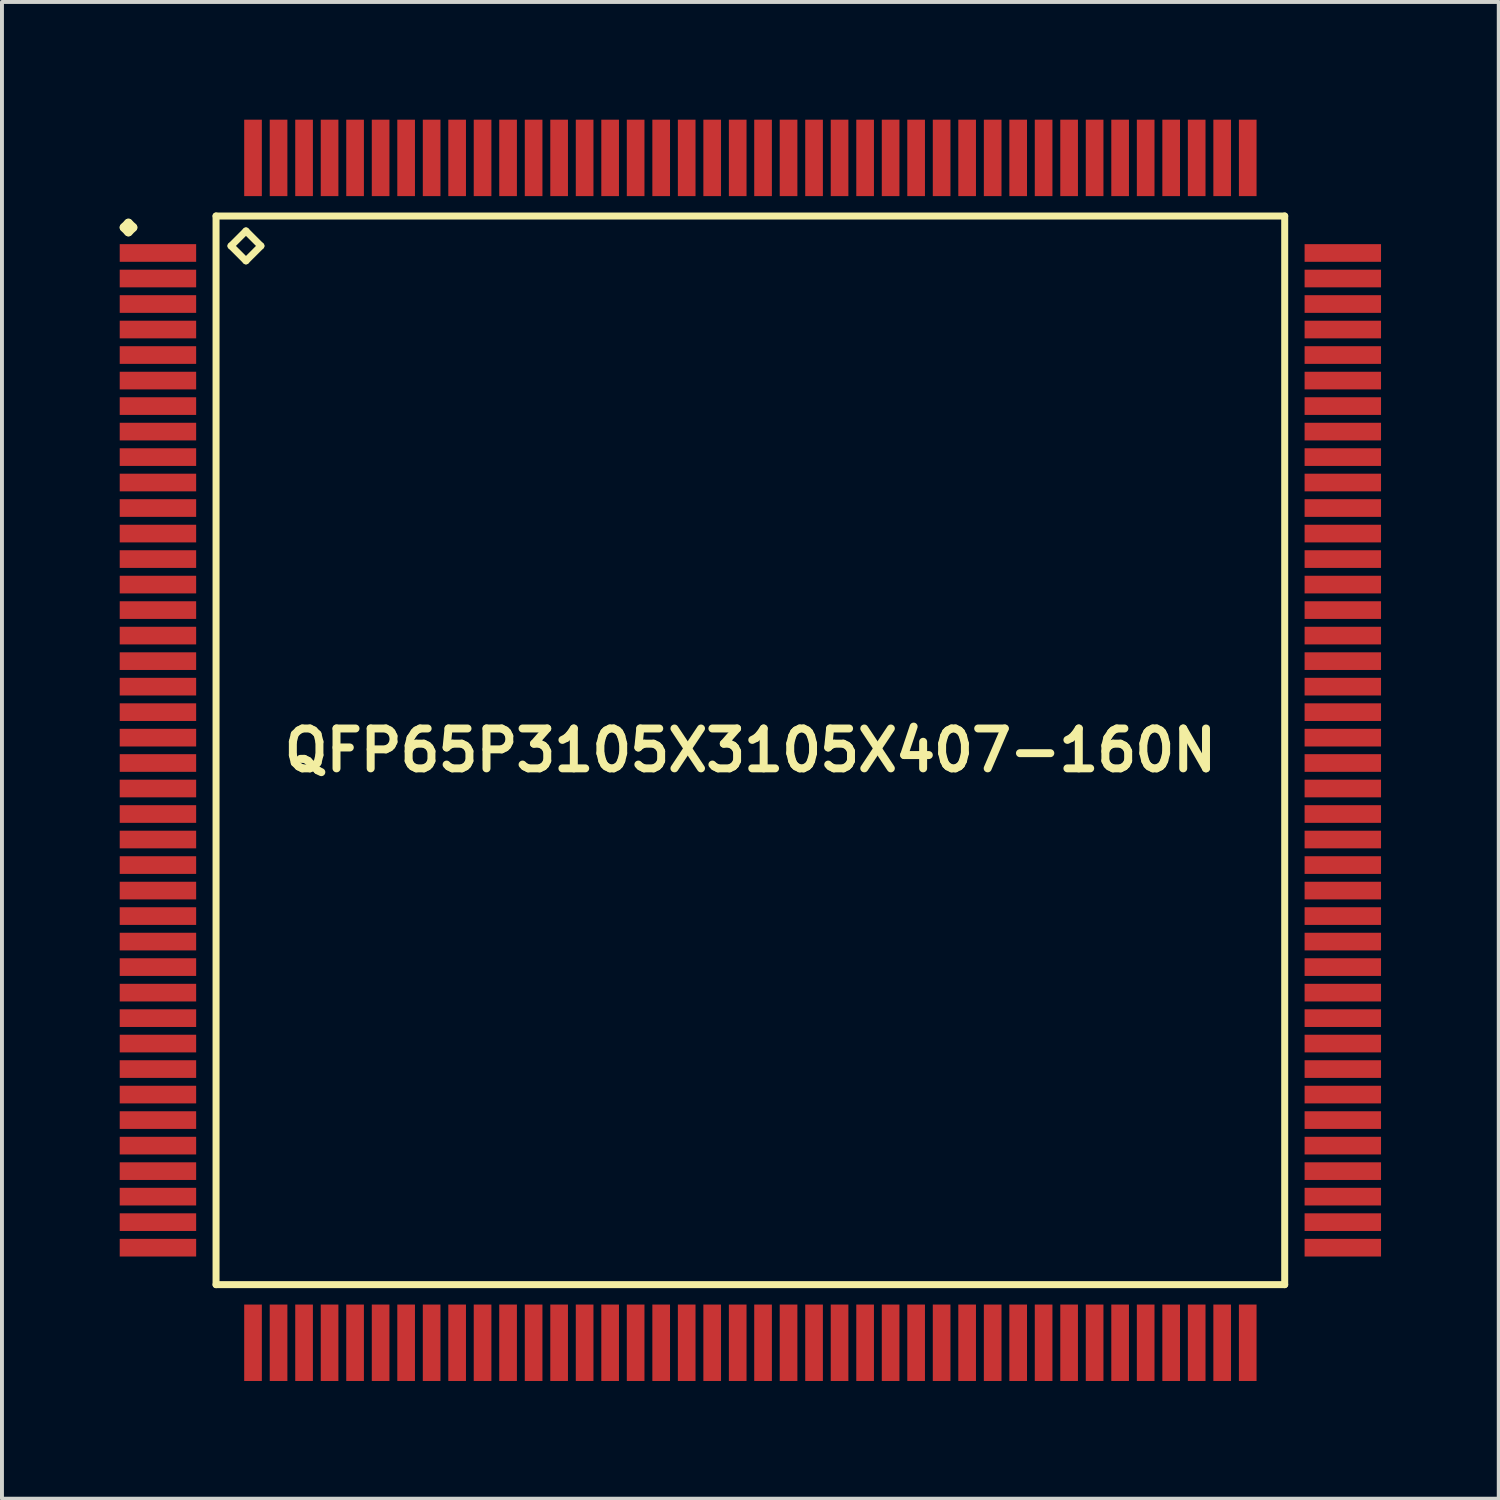
<source format=kicad_pcb>
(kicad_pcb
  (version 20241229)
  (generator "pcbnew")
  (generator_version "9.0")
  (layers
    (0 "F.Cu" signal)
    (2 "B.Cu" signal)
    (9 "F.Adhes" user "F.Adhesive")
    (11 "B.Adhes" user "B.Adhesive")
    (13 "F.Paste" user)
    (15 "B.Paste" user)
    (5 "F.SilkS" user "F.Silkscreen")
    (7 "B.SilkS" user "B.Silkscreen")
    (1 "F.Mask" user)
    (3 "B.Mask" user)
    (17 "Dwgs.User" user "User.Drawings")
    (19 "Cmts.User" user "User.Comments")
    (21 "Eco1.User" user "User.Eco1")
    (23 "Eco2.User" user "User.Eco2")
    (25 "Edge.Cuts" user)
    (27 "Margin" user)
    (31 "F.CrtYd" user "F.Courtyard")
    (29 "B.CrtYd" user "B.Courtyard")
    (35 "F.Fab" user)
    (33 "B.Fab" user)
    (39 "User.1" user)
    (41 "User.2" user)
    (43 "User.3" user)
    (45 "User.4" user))
  (footprint "QFP65P3105X3105X407-160N"
    (layer "F.Cu")
    (at 16.073 16.072)
    (property "Reference" "QFP65P3105X3105X407-160N" (at 0 0 0) (layer "F.SilkS") (effects (font (size 1.016 1.016) (thickness 0.203))))
    (attr smd)
    (fp_line (start -15.961 -13.325) (end -15.85 -13.437) (stroke (width 0.224) (type solid)) (layer "F.SilkS"))
    (fp_line (start -15.85 -13.437) (end -15.735 -13.325) (stroke (width 0.224) (type solid)) (layer "F.SilkS"))
    (fp_line (start -15.85 -13.211) (end -15.961 -13.325) (stroke (width 0.224) (type solid)) (layer "F.SilkS"))
    (fp_line (start -15.735 -13.325) (end -15.85 -13.211) (stroke (width 0.224) (type solid)) (layer "F.SilkS"))
    (fp_line (start -13.617 -13.617) (end -13.617 13.617) (stroke (width 0.178) (type solid)) (layer "F.SilkS"))
    (fp_line (start -13.617 13.617) (end 13.617 13.617) (stroke (width 0.178) (type solid)) (layer "F.SilkS"))
    (fp_line (start -13.236 -12.855) (end -12.855 -13.236) (stroke (width 0.178) (type solid)) (layer "F.SilkS"))
    (fp_line (start -12.855 -13.236) (end -12.474 -12.855) (stroke (width 0.178) (type solid)) (layer "F.SilkS"))
    (fp_line (start -12.855 -12.474) (end -13.236 -12.855) (stroke (width 0.178) (type solid)) (layer "F.SilkS"))
    (fp_line (start -12.474 -12.855) (end -12.855 -12.474) (stroke (width 0.178) (type solid)) (layer "F.SilkS"))
    (fp_line (start 13.617 -13.617) (end -13.617 -13.617) (stroke (width 0.178) (type solid)) (layer "F.SilkS"))
    (fp_line (start 13.617 13.617) (end 13.617 -13.617) (stroke (width 0.178) (type solid)) (layer "F.SilkS"))
    (pad "1" smd rect (at -15.098 -12.675) (size 1.948 0.45) (layers "F.Cu" "F.Mask" "F.Paste"))
    (pad "2" smd rect (at -15.098 -12.024) (size 1.948 0.45) (layers "F.Cu" "F.Mask" "F.Paste"))
    (pad "3" smd rect (at -15.098 -11.374) (size 1.948 0.45) (layers "F.Cu" "F.Mask" "F.Paste"))
    (pad "4" smd rect (at -15.098 -10.724) (size 1.948 0.45) (layers "F.Cu" "F.Mask" "F.Paste"))
    (pad "5" smd rect (at -15.098 -10.074) (size 1.948 0.45) (layers "F.Cu" "F.Mask" "F.Paste"))
    (pad "6" smd rect (at -15.098 -9.423) (size 1.948 0.45) (layers "F.Cu" "F.Mask" "F.Paste"))
    (pad "7" smd rect (at -15.098 -8.773) (size 1.948 0.45) (layers "F.Cu" "F.Mask" "F.Paste"))
    (pad "8" smd rect (at -15.098 -8.123) (size 1.948 0.45) (layers "F.Cu" "F.Mask" "F.Paste"))
    (pad "9" smd rect (at -15.098 -7.473) (size 1.948 0.45) (layers "F.Cu" "F.Mask" "F.Paste"))
    (pad "10" smd rect (at -15.098 -6.825) (size 1.948 0.45) (layers "F.Cu" "F.Mask" "F.Paste"))
    (pad "11" smd rect (at -15.098 -6.175) (size 1.948 0.45) (layers "F.Cu" "F.Mask" "F.Paste"))
    (pad "12" smd rect (at -15.098 -5.524) (size 1.948 0.45) (layers "F.Cu" "F.Mask" "F.Paste"))
    (pad "13" smd rect (at -15.098 -4.874) (size 1.948 0.45) (layers "F.Cu" "F.Mask" "F.Paste"))
    (pad "14" smd rect (at -15.098 -4.224) (size 1.948 0.45) (layers "F.Cu" "F.Mask" "F.Paste"))
    (pad "15" smd rect (at -15.098 -3.574) (size 1.948 0.45) (layers "F.Cu" "F.Mask" "F.Paste"))
    (pad "16" smd rect (at -15.098 -2.924) (size 1.948 0.45) (layers "F.Cu" "F.Mask" "F.Paste"))
    (pad "17" smd rect (at -15.098 -2.273) (size 1.948 0.45) (layers "F.Cu" "F.Mask" "F.Paste"))
    (pad "18" smd rect (at -15.098 -1.623) (size 1.948 0.45) (layers "F.Cu" "F.Mask" "F.Paste"))
    (pad "19" smd rect (at -15.098 -0.973) (size 1.948 0.45) (layers "F.Cu" "F.Mask" "F.Paste"))
    (pad "20" smd rect (at -15.098 -0.323) (size 1.948 0.45) (layers "F.Cu" "F.Mask" "F.Paste"))
    (pad "21" smd rect (at -15.098 0.323) (size 1.948 0.45) (layers "F.Cu" "F.Mask" "F.Paste"))
    (pad "22" smd rect (at -15.098 0.973) (size 1.948 0.45) (layers "F.Cu" "F.Mask" "F.Paste"))
    (pad "23" smd rect (at -15.098 1.623) (size 1.948 0.45) (layers "F.Cu" "F.Mask" "F.Paste"))
    (pad "24" smd rect (at -15.098 2.273) (size 1.948 0.45) (layers "F.Cu" "F.Mask" "F.Paste"))
    (pad "25" smd rect (at -15.098 2.924) (size 1.948 0.45) (layers "F.Cu" "F.Mask" "F.Paste"))
    (pad "26" smd rect (at -15.098 3.574) (size 1.948 0.45) (layers "F.Cu" "F.Mask" "F.Paste"))
    (pad "27" smd rect (at -15.098 4.224) (size 1.948 0.45) (layers "F.Cu" "F.Mask" "F.Paste"))
    (pad "28" smd rect (at -15.098 4.874) (size 1.948 0.45) (layers "F.Cu" "F.Mask" "F.Paste"))
    (pad "29" smd rect (at -15.098 5.524) (size 1.948 0.45) (layers "F.Cu" "F.Mask" "F.Paste"))
    (pad "30" smd rect (at -15.098 6.175) (size 1.948 0.45) (layers "F.Cu" "F.Mask" "F.Paste"))
    (pad "31" smd rect (at -15.098 6.825) (size 1.948 0.45) (layers "F.Cu" "F.Mask" "F.Paste"))
    (pad "32" smd rect (at -15.098 7.473) (size 1.948 0.45) (layers "F.Cu" "F.Mask" "F.Paste"))
    (pad "33" smd rect (at -15.098 8.123) (size 1.948 0.45) (layers "F.Cu" "F.Mask" "F.Paste"))
    (pad "34" smd rect (at -15.098 8.773) (size 1.948 0.45) (layers "F.Cu" "F.Mask" "F.Paste"))
    (pad "35" smd rect (at -15.098 9.423) (size 1.948 0.45) (layers "F.Cu" "F.Mask" "F.Paste"))
    (pad "36" smd rect (at -15.098 10.074) (size 1.948 0.45) (layers "F.Cu" "F.Mask" "F.Paste"))
    (pad "37" smd rect (at -15.098 10.724) (size 1.948 0.45) (layers "F.Cu" "F.Mask" "F.Paste"))
    (pad "38" smd rect (at -15.098 11.374) (size 1.948 0.45) (layers "F.Cu" "F.Mask" "F.Paste"))
    (pad "39" smd rect (at -15.098 12.024) (size 1.948 0.45) (layers "F.Cu" "F.Mask" "F.Paste"))
    (pad "40" smd rect (at -15.098 12.675) (size 1.948 0.45) (layers "F.Cu" "F.Mask" "F.Paste"))
    (pad "41" smd rect (at -12.675 15.098) (size 0.45 1.948) (layers "F.Cu" "F.Mask" "F.Paste"))
    (pad "42" smd rect (at -12.024 15.098) (size 0.45 1.948) (layers "F.Cu" "F.Mask" "F.Paste"))
    (pad "43" smd rect (at -11.374 15.098) (size 0.45 1.948) (layers "F.Cu" "F.Mask" "F.Paste"))
    (pad "44" smd rect (at -10.724 15.098) (size 0.45 1.948) (layers "F.Cu" "F.Mask" "F.Paste"))
    (pad "45" smd rect (at -10.074 15.098) (size 0.45 1.948) (layers "F.Cu" "F.Mask" "F.Paste"))
    (pad "46" smd rect (at -9.423 15.098) (size 0.45 1.948) (layers "F.Cu" "F.Mask" "F.Paste"))
    (pad "47" smd rect (at -8.773 15.098) (size 0.45 1.948) (layers "F.Cu" "F.Mask" "F.Paste"))
    (pad "48" smd rect (at -8.123 15.098) (size 0.45 1.948) (layers "F.Cu" "F.Mask" "F.Paste"))
    (pad "49" smd rect (at -7.473 15.098) (size 0.45 1.948) (layers "F.Cu" "F.Mask" "F.Paste"))
    (pad "50" smd rect (at -6.825 15.098) (size 0.45 1.948) (layers "F.Cu" "F.Mask" "F.Paste"))
    (pad "51" smd rect (at -6.175 15.098) (size 0.45 1.948) (layers "F.Cu" "F.Mask" "F.Paste"))
    (pad "52" smd rect (at -5.524 15.098) (size 0.45 1.948) (layers "F.Cu" "F.Mask" "F.Paste"))
    (pad "53" smd rect (at -4.874 15.098) (size 0.45 1.948) (layers "F.Cu" "F.Mask" "F.Paste"))
    (pad "54" smd rect (at -4.224 15.098) (size 0.45 1.948) (layers "F.Cu" "F.Mask" "F.Paste"))
    (pad "55" smd rect (at -3.574 15.098) (size 0.45 1.948) (layers "F.Cu" "F.Mask" "F.Paste"))
    (pad "56" smd rect (at -2.924 15.098) (size 0.45 1.948) (layers "F.Cu" "F.Mask" "F.Paste"))
    (pad "57" smd rect (at -2.273 15.098) (size 0.45 1.948) (layers "F.Cu" "F.Mask" "F.Paste"))
    (pad "58" smd rect (at -1.623 15.098) (size 0.45 1.948) (layers "F.Cu" "F.Mask" "F.Paste"))
    (pad "59" smd rect (at -0.973 15.098) (size 0.45 1.948) (layers "F.Cu" "F.Mask" "F.Paste"))
    (pad "60" smd rect (at -0.323 15.098) (size 0.45 1.948) (layers "F.Cu" "F.Mask" "F.Paste"))
    (pad "61" smd rect (at 0.323 15.098) (size 0.45 1.948) (layers "F.Cu" "F.Mask" "F.Paste"))
    (pad "62" smd rect (at 0.973 15.098) (size 0.45 1.948) (layers "F.Cu" "F.Mask" "F.Paste"))
    (pad "63" smd rect (at 1.623 15.098) (size 0.45 1.948) (layers "F.Cu" "F.Mask" "F.Paste"))
    (pad "64" smd rect (at 2.273 15.098) (size 0.45 1.948) (layers "F.Cu" "F.Mask" "F.Paste"))
    (pad "65" smd rect (at 2.924 15.098) (size 0.45 1.948) (layers "F.Cu" "F.Mask" "F.Paste"))
    (pad "66" smd rect (at 3.574 15.098) (size 0.45 1.948) (layers "F.Cu" "F.Mask" "F.Paste"))
    (pad "67" smd rect (at 4.224 15.098) (size 0.45 1.948) (layers "F.Cu" "F.Mask" "F.Paste"))
    (pad "68" smd rect (at 4.874 15.098) (size 0.45 1.948) (layers "F.Cu" "F.Mask" "F.Paste"))
    (pad "69" smd rect (at 5.524 15.098) (size 0.45 1.948) (layers "F.Cu" "F.Mask" "F.Paste"))
    (pad "70" smd rect (at 6.175 15.098) (size 0.45 1.948) (layers "F.Cu" "F.Mask" "F.Paste"))
    (pad "71" smd rect (at 6.825 15.098) (size 0.45 1.948) (layers "F.Cu" "F.Mask" "F.Paste"))
    (pad "72" smd rect (at 7.473 15.098) (size 0.45 1.948) (layers "F.Cu" "F.Mask" "F.Paste"))
    (pad "73" smd rect (at 8.123 15.098) (size 0.45 1.948) (layers "F.Cu" "F.Mask" "F.Paste"))
    (pad "74" smd rect (at 8.773 15.098) (size 0.45 1.948) (layers "F.Cu" "F.Mask" "F.Paste"))
    (pad "75" smd rect (at 9.423 15.098) (size 0.45 1.948) (layers "F.Cu" "F.Mask" "F.Paste"))
    (pad "76" smd rect (at 10.074 15.098) (size 0.45 1.948) (layers "F.Cu" "F.Mask" "F.Paste"))
    (pad "77" smd rect (at 10.724 15.098) (size 0.45 1.948) (layers "F.Cu" "F.Mask" "F.Paste"))
    (pad "78" smd rect (at 11.374 15.098) (size 0.45 1.948) (layers "F.Cu" "F.Mask" "F.Paste"))
    (pad "79" smd rect (at 12.024 15.098) (size 0.45 1.948) (layers "F.Cu" "F.Mask" "F.Paste"))
    (pad "80" smd rect (at 12.675 15.098) (size 0.45 1.948) (layers "F.Cu" "F.Mask" "F.Paste"))
    (pad "81" smd rect (at 15.098 12.675) (size 1.948 0.45) (layers "F.Cu" "F.Mask" "F.Paste"))
    (pad "82" smd rect (at 15.098 12.024) (size 1.948 0.45) (layers "F.Cu" "F.Mask" "F.Paste"))
    (pad "83" smd rect (at 15.098 11.374) (size 1.948 0.45) (layers "F.Cu" "F.Mask" "F.Paste"))
    (pad "84" smd rect (at 15.098 10.724) (size 1.948 0.45) (layers "F.Cu" "F.Mask" "F.Paste"))
    (pad "85" smd rect (at 15.098 10.074) (size 1.948 0.45) (layers "F.Cu" "F.Mask" "F.Paste"))
    (pad "86" smd rect (at 15.098 9.423) (size 1.948 0.45) (layers "F.Cu" "F.Mask" "F.Paste"))
    (pad "87" smd rect (at 15.098 8.773) (size 1.948 0.45) (layers "F.Cu" "F.Mask" "F.Paste"))
    (pad "88" smd rect (at 15.098 8.123) (size 1.948 0.45) (layers "F.Cu" "F.Mask" "F.Paste"))
    (pad "89" smd rect (at 15.098 7.473) (size 1.948 0.45) (layers "F.Cu" "F.Mask" "F.Paste"))
    (pad "90" smd rect (at 15.098 6.825) (size 1.948 0.45) (layers "F.Cu" "F.Mask" "F.Paste"))
    (pad "91" smd rect (at 15.098 6.175) (size 1.948 0.45) (layers "F.Cu" "F.Mask" "F.Paste"))
    (pad "92" smd rect (at 15.098 5.524) (size 1.948 0.45) (layers "F.Cu" "F.Mask" "F.Paste"))
    (pad "93" smd rect (at 15.098 4.874) (size 1.948 0.45) (layers "F.Cu" "F.Mask" "F.Paste"))
    (pad "94" smd rect (at 15.098 4.224) (size 1.948 0.45) (layers "F.Cu" "F.Mask" "F.Paste"))
    (pad "95" smd rect (at 15.098 3.574) (size 1.948 0.45) (layers "F.Cu" "F.Mask" "F.Paste"))
    (pad "96" smd rect (at 15.098 2.924) (size 1.948 0.45) (layers "F.Cu" "F.Mask" "F.Paste"))
    (pad "97" smd rect (at 15.098 2.273) (size 1.948 0.45) (layers "F.Cu" "F.Mask" "F.Paste"))
    (pad "98" smd rect (at 15.098 1.623) (size 1.948 0.45) (layers "F.Cu" "F.Mask" "F.Paste"))
    (pad "99" smd rect (at 15.098 0.973) (size 1.948 0.45) (layers "F.Cu" "F.Mask" "F.Paste"))
    (pad "100" smd rect (at 15.098 0.323) (size 1.948 0.45) (layers "F.Cu" "F.Mask" "F.Paste"))
    (pad "101" smd rect (at 15.098 -0.323) (size 1.948 0.45) (layers "F.Cu" "F.Mask" "F.Paste"))
    (pad "102" smd rect (at 15.098 -0.973) (size 1.948 0.45) (layers "F.Cu" "F.Mask" "F.Paste"))
    (pad "103" smd rect (at 15.098 -1.623) (size 1.948 0.45) (layers "F.Cu" "F.Mask" "F.Paste"))
    (pad "104" smd rect (at 15.098 -2.273) (size 1.948 0.45) (layers "F.Cu" "F.Mask" "F.Paste"))
    (pad "105" smd rect (at 15.098 -2.924) (size 1.948 0.45) (layers "F.Cu" "F.Mask" "F.Paste"))
    (pad "106" smd rect (at 15.098 -3.574) (size 1.948 0.45) (layers "F.Cu" "F.Mask" "F.Paste"))
    (pad "107" smd rect (at 15.098 -4.224) (size 1.948 0.45) (layers "F.Cu" "F.Mask" "F.Paste"))
    (pad "108" smd rect (at 15.098 -4.874) (size 1.948 0.45) (layers "F.Cu" "F.Mask" "F.Paste"))
    (pad "109" smd rect (at 15.098 -5.524) (size 1.948 0.45) (layers "F.Cu" "F.Mask" "F.Paste"))
    (pad "110" smd rect (at 15.098 -6.175) (size 1.948 0.45) (layers "F.Cu" "F.Mask" "F.Paste"))
    (pad "111" smd rect (at 15.098 -6.825) (size 1.948 0.45) (layers "F.Cu" "F.Mask" "F.Paste"))
    (pad "112" smd rect (at 15.098 -7.473) (size 1.948 0.45) (layers "F.Cu" "F.Mask" "F.Paste"))
    (pad "113" smd rect (at 15.098 -8.123) (size 1.948 0.45) (layers "F.Cu" "F.Mask" "F.Paste"))
    (pad "114" smd rect (at 15.098 -8.773) (size 1.948 0.45) (layers "F.Cu" "F.Mask" "F.Paste"))
    (pad "115" smd rect (at 15.098 -9.423) (size 1.948 0.45) (layers "F.Cu" "F.Mask" "F.Paste"))
    (pad "116" smd rect (at 15.098 -10.074) (size 1.948 0.45) (layers "F.Cu" "F.Mask" "F.Paste"))
    (pad "117" smd rect (at 15.098 -10.724) (size 1.948 0.45) (layers "F.Cu" "F.Mask" "F.Paste"))
    (pad "118" smd rect (at 15.098 -11.374) (size 1.948 0.45) (layers "F.Cu" "F.Mask" "F.Paste"))
    (pad "119" smd rect (at 15.098 -12.024) (size 1.948 0.45) (layers "F.Cu" "F.Mask" "F.Paste"))
    (pad "120" smd rect (at 15.098 -12.675) (size 1.948 0.45) (layers "F.Cu" "F.Mask" "F.Paste"))
    (pad "121" smd rect (at 12.675 -15.098) (size 0.45 1.948) (layers "F.Cu" "F.Mask" "F.Paste"))
    (pad "122" smd rect (at 12.024 -15.098) (size 0.45 1.948) (layers "F.Cu" "F.Mask" "F.Paste"))
    (pad "123" smd rect (at 11.374 -15.098) (size 0.45 1.948) (layers "F.Cu" "F.Mask" "F.Paste"))
    (pad "124" smd rect (at 10.724 -15.098) (size 0.45 1.948) (layers "F.Cu" "F.Mask" "F.Paste"))
    (pad "125" smd rect (at 10.074 -15.098) (size 0.45 1.948) (layers "F.Cu" "F.Mask" "F.Paste"))
    (pad "126" smd rect (at 9.423 -15.098) (size 0.45 1.948) (layers "F.Cu" "F.Mask" "F.Paste"))
    (pad "127" smd rect (at 8.773 -15.098) (size 0.45 1.948) (layers "F.Cu" "F.Mask" "F.Paste"))
    (pad "128" smd rect (at 8.123 -15.098) (size 0.45 1.948) (layers "F.Cu" "F.Mask" "F.Paste"))
    (pad "129" smd rect (at 7.473 -15.098) (size 0.45 1.948) (layers "F.Cu" "F.Mask" "F.Paste"))
    (pad "130" smd rect (at 6.825 -15.098) (size 0.45 1.948) (layers "F.Cu" "F.Mask" "F.Paste"))
    (pad "131" smd rect (at 6.175 -15.098) (size 0.45 1.948) (layers "F.Cu" "F.Mask" "F.Paste"))
    (pad "132" smd rect (at 5.524 -15.098) (size 0.45 1.948) (layers "F.Cu" "F.Mask" "F.Paste"))
    (pad "133" smd rect (at 4.874 -15.098) (size 0.45 1.948) (layers "F.Cu" "F.Mask" "F.Paste"))
    (pad "134" smd rect (at 4.224 -15.098) (size 0.45 1.948) (layers "F.Cu" "F.Mask" "F.Paste"))
    (pad "135" smd rect (at 3.574 -15.098) (size 0.45 1.948) (layers "F.Cu" "F.Mask" "F.Paste"))
    (pad "136" smd rect (at 2.924 -15.098) (size 0.45 1.948) (layers "F.Cu" "F.Mask" "F.Paste"))
    (pad "137" smd rect (at 2.273 -15.098) (size 0.45 1.948) (layers "F.Cu" "F.Mask" "F.Paste"))
    (pad "138" smd rect (at 1.623 -15.098) (size 0.45 1.948) (layers "F.Cu" "F.Mask" "F.Paste"))
    (pad "139" smd rect (at 0.973 -15.098) (size 0.45 1.948) (layers "F.Cu" "F.Mask" "F.Paste"))
    (pad "140" smd rect (at 0.323 -15.098) (size 0.45 1.948) (layers "F.Cu" "F.Mask" "F.Paste"))
    (pad "141" smd rect (at -0.323 -15.098) (size 0.45 1.948) (layers "F.Cu" "F.Mask" "F.Paste"))
    (pad "142" smd rect (at -0.973 -15.098) (size 0.45 1.948) (layers "F.Cu" "F.Mask" "F.Paste"))
    (pad "143" smd rect (at -1.623 -15.098) (size 0.45 1.948) (layers "F.Cu" "F.Mask" "F.Paste"))
    (pad "144" smd rect (at -2.273 -15.098) (size 0.45 1.948) (layers "F.Cu" "F.Mask" "F.Paste"))
    (pad "145" smd rect (at -2.924 -15.098) (size 0.45 1.948) (layers "F.Cu" "F.Mask" "F.Paste"))
    (pad "146" smd rect (at -3.574 -15.098) (size 0.45 1.948) (layers "F.Cu" "F.Mask" "F.Paste"))
    (pad "147" smd rect (at -4.224 -15.098) (size 0.45 1.948) (layers "F.Cu" "F.Mask" "F.Paste"))
    (pad "148" smd rect (at -4.874 -15.098) (size 0.45 1.948) (layers "F.Cu" "F.Mask" "F.Paste"))
    (pad "149" smd rect (at -5.524 -15.098) (size 0.45 1.948) (layers "F.Cu" "F.Mask" "F.Paste"))
    (pad "150" smd rect (at -6.175 -15.098) (size 0.45 1.948) (layers "F.Cu" "F.Mask" "F.Paste"))
    (pad "151" smd rect (at -6.825 -15.098) (size 0.45 1.948) (layers "F.Cu" "F.Mask" "F.Paste"))
    (pad "152" smd rect (at -7.473 -15.098) (size 0.45 1.948) (layers "F.Cu" "F.Mask" "F.Paste"))
    (pad "153" smd rect (at -8.123 -15.098) (size 0.45 1.948) (layers "F.Cu" "F.Mask" "F.Paste"))
    (pad "154" smd rect (at -8.773 -15.098) (size 0.45 1.948) (layers "F.Cu" "F.Mask" "F.Paste"))
    (pad "155" smd rect (at -9.423 -15.098) (size 0.45 1.948) (layers "F.Cu" "F.Mask" "F.Paste"))
    (pad "156" smd rect (at -10.074 -15.098) (size 0.45 1.948) (layers "F.Cu" "F.Mask" "F.Paste"))
    (pad "157" smd rect (at -10.724 -15.098) (size 0.45 1.948) (layers "F.Cu" "F.Mask" "F.Paste"))
    (pad "158" smd rect (at -11.374 -15.098) (size 0.45 1.948) (layers "F.Cu" "F.Mask" "F.Paste"))
    (pad "159" smd rect (at -12.024 -15.098) (size 0.45 1.948) (layers "F.Cu" "F.Mask" "F.Paste"))
    (pad "160" smd rect (at -12.675 -15.098) (size 0.45 1.948) (layers "F.Cu" "F.Mask" "F.Paste")))
  (gr_rect
    (start -3 -3)
    (end 35.145 35.144)
    (stroke (width 0.1) (type default))
    (fill no)
    (layer "Edge.Cuts")))
</source>
